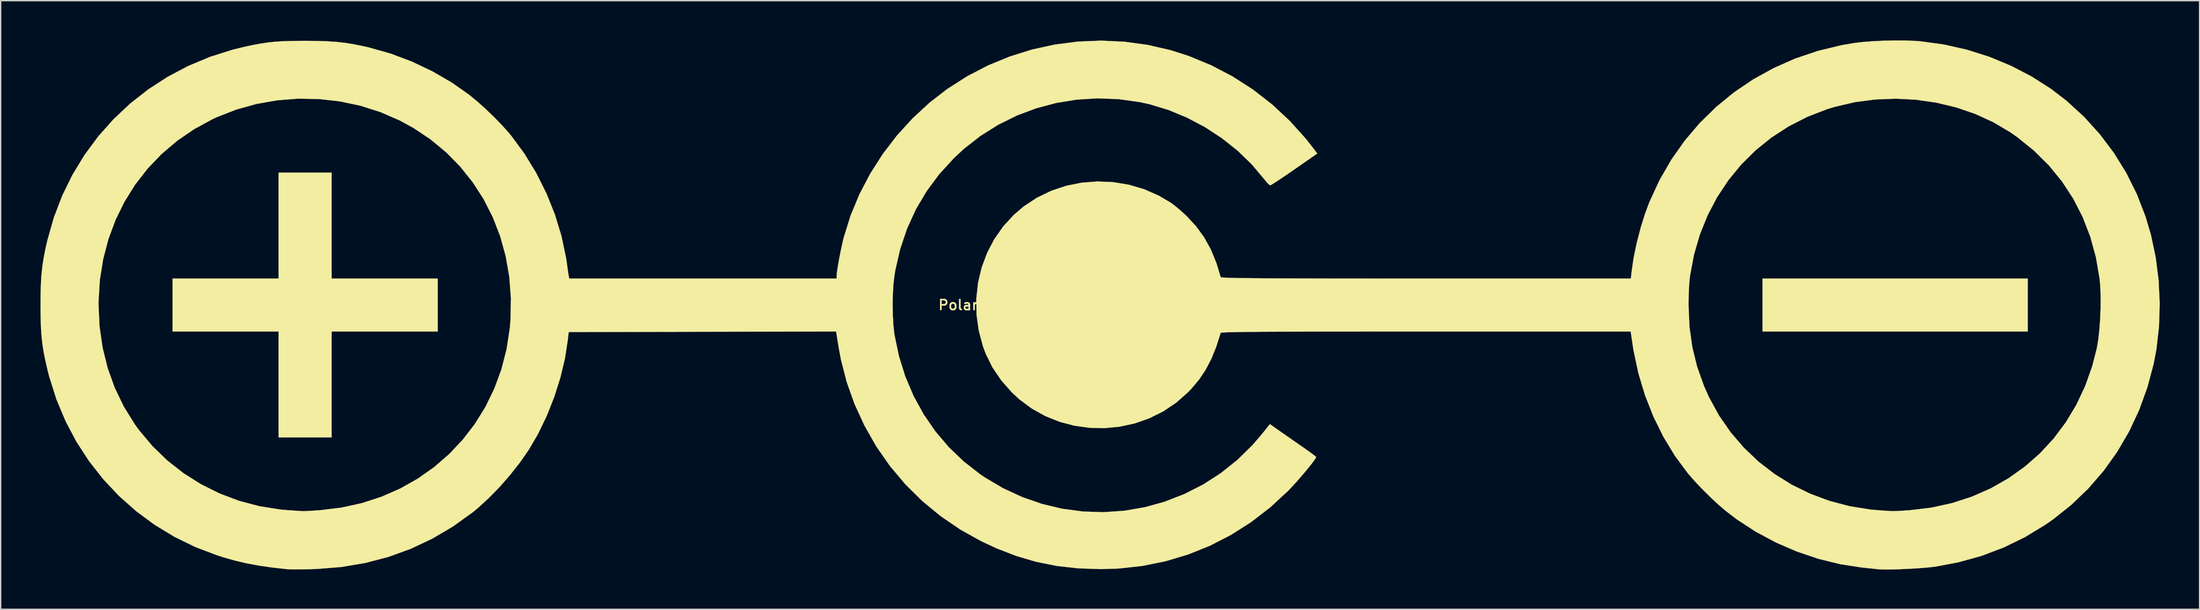
<source format=kicad_pcb>
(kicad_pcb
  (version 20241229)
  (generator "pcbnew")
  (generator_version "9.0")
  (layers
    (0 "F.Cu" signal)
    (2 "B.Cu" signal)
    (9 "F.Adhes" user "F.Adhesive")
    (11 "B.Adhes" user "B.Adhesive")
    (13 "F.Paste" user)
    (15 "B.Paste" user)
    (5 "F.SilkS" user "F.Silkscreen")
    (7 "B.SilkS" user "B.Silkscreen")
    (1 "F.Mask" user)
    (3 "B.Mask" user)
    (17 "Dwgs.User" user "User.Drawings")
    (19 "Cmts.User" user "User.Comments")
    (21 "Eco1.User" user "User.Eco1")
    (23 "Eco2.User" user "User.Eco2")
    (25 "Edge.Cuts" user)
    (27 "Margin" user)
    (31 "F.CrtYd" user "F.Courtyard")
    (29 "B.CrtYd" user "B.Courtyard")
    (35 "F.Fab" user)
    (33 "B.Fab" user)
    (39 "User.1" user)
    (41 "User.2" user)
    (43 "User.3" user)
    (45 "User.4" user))
  (footprint "Polarity_Center_Negative_40mm_SilkScreen"
    (layer "F.Cu")
    (at 79.825 19.976)
    (property "Reference" "Polarity_Center_Negative_40mm_SilkScreen" (at 0 0 0) (layer "F.SilkS") (effects (font (size 0.75 0.75) (thickness 0.125))))
    (attr exclude_from_pos_files exclude_from_bom allow_missing_courtyard)
    (fp_poly (pts (xy 69.954 1.999) (xy 49.967 1.999) (xy 49.967 -1.999) (xy 69.954 -1.999) (xy 69.954 1.999)) (stroke (width 0.01) (type solid)) (fill yes) (layer "F.SilkS"))
    (fp_poly (pts (xy -57.879 -1.999) (xy -49.884 -1.999) (xy -49.884 1.999) (xy -57.879 1.999) (xy -57.879 9.993) (xy -61.876 9.993) (xy -61.876 1.999) (xy -69.871 1.999) (xy -69.871 -1.999) (xy -61.876 -1.999) (xy -61.876 -9.993) (xy -57.879 -9.993) (xy -57.879 -1.999)) (stroke (width 0.01) (type solid)) (fill yes) (layer "F.SilkS"))
    (fp_poly (pts (xy 60.765 -19.966) (xy 61.488 -19.938) (xy 61.84 -19.912) (xy 63.617 -19.67) (xy 65.36 -19.277) (xy 67.055 -18.739) (xy 68.687 -18.063) (xy 70.242 -17.254) (xy 71.704 -16.319) (xy 72.869 -15.424) (xy 74.188 -14.215) (xy 75.383 -12.897) (xy 76.449 -11.479) (xy 77.381 -9.969) (xy 78.174 -8.374) (xy 78.822 -6.703) (xy 79.241 -5.288) (xy 79.597 -3.601) (xy 79.817 -1.867) (xy 79.9 -0.116) (xy 79.846 1.623) (xy 79.654 3.32) (xy 79.442 4.446) (xy 78.966 6.226) (xy 78.347 7.929) (xy 77.59 9.548) (xy 76.697 11.078) (xy 75.674 12.513) (xy 74.524 13.845) (xy 73.252 15.07) (xy 71.862 16.18) (xy 71.275 16.589) (xy 69.74 17.522) (xy 68.137 18.304) (xy 66.464 18.937) (xy 64.716 19.422) (xy 63.018 19.742) (xy 62.591 19.794) (xy 62.064 19.842) (xy 61.472 19.885) (xy 60.85 19.919) (xy 60.234 19.945) (xy 59.66 19.96) (xy 59.161 19.963) (xy 58.775 19.951) (xy 58.628 19.94) (xy 58.421 19.917) (xy 58.1 19.882) (xy 57.715 19.841) (xy 57.462 19.815) (xy 55.817 19.563) (xy 54.169 19.156) (xy 52.542 18.605) (xy 50.961 17.919) (xy 49.449 17.108) (xy 48.03 16.182) (xy 47.177 15.53) (xy 46.634 15.063) (xy 46.039 14.508) (xy 45.437 13.911) (xy 44.873 13.316) (xy 44.393 12.769) (xy 44.336 12.7) (xy 43.364 11.386) (xy 42.497 9.956) (xy 41.744 8.429) (xy 41.112 6.825) (xy 40.611 5.163) (xy 40.248 3.463) (xy 40.178 3.019) (xy 40.028 1.999) (xy 24.592 1.999) (xy 22.641 1.999) (xy 20.851 2) (xy 19.215 2.001) (xy 17.728 2.002) (xy 16.384 2.004) (xy 15.175 2.007) (xy 14.098 2.011) (xy 13.144 2.015) (xy 12.309 2.019) (xy 11.587 2.025) (xy 10.97 2.031) (xy 10.454 2.038) (xy 10.032 2.046) (xy 9.699 2.055) (xy 9.447 2.065) (xy 9.272 2.076) (xy 9.167 2.088) (xy 9.126 2.101) (xy 9.126 2.103) (xy 8.79 3.155) (xy 8.418 4.072) (xy 7.995 4.884) (xy 7.504 5.619) (xy 6.927 6.309) (xy 6.666 6.582) (xy 5.77 7.373) (xy 4.794 8.028) (xy 3.752 8.548) (xy 2.66 8.932) (xy 1.533 9.18) (xy 0.387 9.292) (xy -0.765 9.268) (xy -1.905 9.108) (xy -3.02 8.813) (xy -4.094 8.381) (xy -5.111 7.814) (xy -6.057 7.111) (xy -6.606 6.601) (xy -7.414 5.684) (xy -8.069 4.717) (xy -8.578 3.686) (xy -8.786 3.13) (xy -9.108 1.928) (xy -9.275 0.716) (xy -9.284 0.029) (xy 44.388 0.029) (xy 44.458 1.64) (xy 44.673 3.178) (xy 45.036 4.662) (xy 45.551 6.108) (xy 45.928 6.954) (xy 46.679 8.329) (xy 47.558 9.602) (xy 48.555 10.768) (xy 49.661 11.82) (xy 50.869 12.754) (xy 52.169 13.564) (xy 53.553 14.243) (xy 55.011 14.786) (xy 56.535 15.187) (xy 58.116 15.441) (xy 59.045 15.517) (xy 59.345 15.534) (xy 59.607 15.55) (xy 59.711 15.557) (xy 59.869 15.557) (xy 60.156 15.545) (xy 60.533 15.524) (xy 60.962 15.496) (xy 61.058 15.49) (xy 62.692 15.293) (xy 64.261 14.948) (xy 65.757 14.459) (xy 67.173 13.834) (xy 68.503 13.077) (xy 69.739 12.195) (xy 70.876 11.194) (xy 71.905 10.079) (xy 72.821 8.857) (xy 73.616 7.533) (xy 74.284 6.113) (xy 74.818 4.603) (xy 75.163 3.248) (xy 75.268 2.623) (xy 75.352 1.879) (xy 75.411 1.062) (xy 75.444 0.22) (xy 75.449 -0.602) (xy 75.424 -1.358) (xy 75.371 -1.976) (xy 75.092 -3.607) (xy 74.666 -5.162) (xy 74.096 -6.637) (xy 73.384 -8.028) (xy 72.533 -9.331) (xy 71.546 -10.541) (xy 70.425 -11.654) (xy 69.174 -12.667) (xy 68.622 -13.052) (xy 67.348 -13.806) (xy 65.985 -14.43) (xy 64.551 -14.921) (xy 63.062 -15.277) (xy 61.536 -15.497) (xy 59.991 -15.577) (xy 58.442 -15.516) (xy 56.908 -15.311) (xy 55.405 -14.961) (xy 54.797 -14.774) (xy 53.318 -14.197) (xy 51.928 -13.484) (xy 50.634 -12.643) (xy 49.443 -11.681) (xy 48.361 -10.607) (xy 47.394 -9.427) (xy 46.548 -8.149) (xy 45.83 -6.782) (xy 45.245 -5.333) (xy 44.801 -3.811) (xy 44.504 -2.221) (xy 44.475 -2.001) (xy 44.444 -1.659) (xy 44.417 -1.202) (xy 44.398 -0.681) (xy 44.388 -0.15) (xy 44.388 0.029) (xy -9.284 0.029) (xy -9.291 -0.49) (xy -9.161 -1.676) (xy -8.889 -2.828) (xy -8.479 -3.932) (xy -7.935 -4.973) (xy -7.261 -5.937) (xy -6.461 -6.81) (xy -5.721 -7.442) (xy -4.72 -8.103) (xy -3.648 -8.622) (xy -2.521 -9) (xy -1.356 -9.235) (xy -0.169 -9.328) (xy 1.022 -9.277) (xy 2.201 -9.082) (xy 3.351 -8.744) (xy 4.455 -8.261) (xy 5.371 -7.719) (xy 5.646 -7.515) (xy 5.987 -7.235) (xy 6.341 -6.921) (xy 6.558 -6.717) (xy 7.278 -5.938) (xy 7.883 -5.103) (xy 8.388 -4.187) (xy 8.807 -3.163) (xy 9.128 -2.103) (xy 9.161 -2.09) (xy 9.258 -2.078) (xy 9.424 -2.067) (xy 9.666 -2.057) (xy 9.989 -2.047) (xy 10.4 -2.039) (xy 10.904 -2.032) (xy 11.507 -2.026) (xy 12.217 -2.02) (xy 13.037 -2.015) (xy 13.976 -2.011) (xy 15.038 -2.008) (xy 16.23 -2.005) (xy 17.557 -2.002) (xy 19.026 -2.001) (xy 20.643 -2) (xy 22.414 -1.999) (xy 24.344 -1.999) (xy 24.598 -1.999) (xy 40.041 -1.999) (xy 40.098 -2.519) (xy 40.25 -3.564) (xy 40.482 -4.685) (xy 40.776 -5.822) (xy 41.118 -6.916) (xy 41.44 -7.779) (xy 42.197 -9.42) (xy 43.086 -10.964) (xy 44.1 -12.406) (xy 45.233 -13.74) (xy 46.477 -14.96) (xy 47.826 -16.063) (xy 49.273 -17.041) (xy 50.81 -17.891) (xy 52.431 -18.606) (xy 54.129 -19.181) (xy 55.898 -19.611) (xy 56.91 -19.785) (xy 57.548 -19.86) (xy 58.302 -19.916) (xy 59.122 -19.954) (xy 59.96 -19.971) (xy 60.765 -19.966)) (stroke (width 0.01) (type solid)) (fill yes) (layer "F.SilkS"))
    (fp_poly (pts (xy 1.883 -19.876) (xy 3.626 -19.637) (xy 5.346 -19.24) (xy 6.704 -18.806) (xy 8.399 -18.105) (xy 10.017 -17.259) (xy 11.549 -16.273) (xy 12.989 -15.154) (xy 14.327 -13.907) (xy 15.556 -12.538) (xy 16.183 -11.735) (xy 16.405 -11.437) (xy 14.68 -10.236) (xy 14.205 -9.908) (xy 13.772 -9.614) (xy 13.402 -9.368) (xy 13.112 -9.181) (xy 12.923 -9.066) (xy 12.858 -9.036) (xy 12.762 -9.098) (xy 12.604 -9.261) (xy 12.422 -9.485) (xy 11.476 -10.611) (xy 10.4 -11.653) (xy 9.213 -12.597) (xy 7.935 -13.433) (xy 6.588 -14.146) (xy 5.189 -14.726) (xy 3.76 -15.16) (xy 3.031 -15.32) (xy 1.437 -15.542) (xy -0.152 -15.602) (xy -1.727 -15.505) (xy -3.274 -15.254) (xy -4.784 -14.851) (xy -6.244 -14.301) (xy -7.643 -13.607) (xy -8.97 -12.773) (xy -10.214 -11.801) (xy -10.994 -11.076) (xy -12.092 -9.871) (xy -13.043 -8.586) (xy -13.849 -7.22) (xy -14.509 -5.774) (xy -15.024 -4.247) (xy -15.394 -2.639) (xy -15.459 -2.248) (xy -15.535 -1.607) (xy -15.58 -0.856) (xy -15.597 -0.049) (xy -15.584 0.761) (xy -15.542 1.519) (xy -15.471 2.173) (xy -15.461 2.237) (xy -15.127 3.845) (xy -14.647 5.386) (xy -14.025 6.854) (xy -13.267 8.24) (xy -12.379 9.535) (xy -11.364 10.73) (xy -10.23 11.818) (xy -8.981 12.79) (xy -8.661 13.007) (xy -7.272 13.829) (xy -5.825 14.499) (xy -4.332 15.017) (xy -2.805 15.38) (xy -1.253 15.587) (xy 0.311 15.637) (xy 1.877 15.527) (xy 3.433 15.257) (xy 4.867 14.859) (xy 6.375 14.275) (xy 7.805 13.547) (xy 9.147 12.681) (xy 10.393 11.684) (xy 11.533 10.562) (xy 12.219 9.761) (xy 12.838 8.988) (xy 13.227 9.266) (xy 13.419 9.402) (xy 13.719 9.612) (xy 14.097 9.876) (xy 14.524 10.173) (xy 14.969 10.483) (xy 15.384 10.772) (xy 15.747 11.031) (xy 16.038 11.243) (xy 16.236 11.394) (xy 16.321 11.469) (xy 16.323 11.472) (xy 16.269 11.585) (xy 16.122 11.798) (xy 15.9 12.089) (xy 15.622 12.434) (xy 15.306 12.811) (xy 14.971 13.197) (xy 14.637 13.571) (xy 14.321 13.908) (xy 14.203 14.03) (xy 12.853 15.279) (xy 11.419 16.387) (xy 9.908 17.349) (xy 8.326 18.164) (xy 6.68 18.828) (xy 4.975 19.34) (xy 3.219 19.695) (xy 1.417 19.893) (xy 0.083 19.935) (xy -1.614 19.876) (xy -3.22 19.696) (xy -4.764 19.388) (xy -6.275 18.944) (xy -7.784 18.359) (xy -8.931 17.822) (xy -10.511 16.94) (xy -11.996 15.924) (xy -13.378 14.782) (xy -14.649 13.52) (xy -15.803 12.147) (xy -16.83 10.671) (xy -17.724 9.099) (xy -18.473 7.464) (xy -19.062 5.804) (xy -19.499 4.1) (xy -19.672 3.16) (xy -19.859 1.998) (xy -29.937 2.019) (xy -40.015 2.04) (xy -40.078 2.623) (xy -40.296 4.035) (xy -40.644 5.491) (xy -41.107 6.952) (xy -41.672 8.378) (xy -42.324 9.731) (xy -43.011 10.91) (xy -43.658 11.845) (xy -44.399 12.791) (xy -45.2 13.711) (xy -46.029 14.566) (xy -46.851 15.319) (xy -47.243 15.642) (xy -48.735 16.715) (xy -50.292 17.634) (xy -51.914 18.4) (xy -53.599 19.013) (xy -55.348 19.471) (xy -57.16 19.776) (xy -59.036 19.926) (xy -59.419 19.938) (xy -59.928 19.947) (xy -60.402 19.951) (xy -60.807 19.951) (xy -61.108 19.946) (xy -61.251 19.938) (xy -62.381 19.811) (xy -63.385 19.666) (xy -64.307 19.493) (xy -65.188 19.285) (xy -66.069 19.033) (xy -66.498 18.896) (xy -68.157 18.266) (xy -69.735 17.493) (xy -71.225 16.587) (xy -72.621 15.554) (xy -73.916 14.402) (xy -75.102 13.138) (xy -76.172 11.77) (xy -77.121 10.306) (xy -77.94 8.752) (xy -78.623 7.118) (xy -79.163 5.409) (xy -79.273 4.979) (xy -79.445 4.243) (xy -79.578 3.582) (xy -79.677 2.956) (xy -79.746 2.325) (xy -79.79 1.649) (xy -79.813 0.887) (xy -79.82 0) (xy -79.82 -0.042) (xy -75.45 -0.042) (xy -75.373 1.613) (xy -75.142 3.216) (xy -74.76 4.761) (xy -74.23 6.242) (xy -73.552 7.651) (xy -72.73 8.981) (xy -72.379 9.466) (xy -71.372 10.665) (xy -70.252 11.747) (xy -69.03 12.705) (xy -67.718 13.533) (xy -66.327 14.225) (xy -64.868 14.777) (xy -63.352 15.18) (xy -61.789 15.431) (xy -61.168 15.486) (xy -60.779 15.513) (xy -60.438 15.536) (xy -60.189 15.553) (xy -60.086 15.56) (xy -59.944 15.559) (xy -59.672 15.546) (xy -59.306 15.525) (xy -58.881 15.497) (xy -58.758 15.488) (xy -57.139 15.292) (xy -55.584 14.949) (xy -54.1 14.463) (xy -52.694 13.843) (xy -51.373 13.095) (xy -50.145 12.227) (xy -49.014 11.244) (xy -47.99 10.155) (xy -47.078 8.966) (xy -46.286 7.683) (xy -45.621 6.315) (xy -45.089 4.868) (xy -44.697 3.348) (xy -44.453 1.763) (xy -44.399 1.124) (xy -44.368 -0.525) (xy -44.49 -2.133) (xy -44.762 -3.691) (xy -45.177 -5.192) (xy -45.732 -6.626) (xy -46.422 -7.986) (xy -47.243 -9.264) (xy -48.19 -10.45) (xy -49.257 -11.537) (xy -50.442 -12.517) (xy -51.739 -13.382) (xy -52.759 -13.938) (xy -54.208 -14.567) (xy -55.714 -15.046) (xy -57.261 -15.374) (xy -58.834 -15.551) (xy -60.417 -15.578) (xy -61.996 -15.453) (xy -63.554 -15.178) (xy -65.078 -14.752) (xy -66.551 -14.174) (xy -66.854 -14.033) (xy -68.242 -13.277) (xy -69.524 -12.398) (xy -70.695 -11.402) (xy -71.75 -10.299) (xy -72.683 -9.097) (xy -73.49 -7.804) (xy -74.165 -6.427) (xy -74.704 -4.977) (xy -75.101 -3.459) (xy -75.351 -1.884) (xy -75.449 -0.259) (xy -75.45 -0.042) (xy -79.82 -0.042) (xy -79.813 -0.886) (xy -79.79 -1.647) (xy -79.746 -2.323) (xy -79.678 -2.955) (xy -79.58 -3.582) (xy -79.449 -4.247) (xy -79.308 -4.872) (xy -78.817 -6.606) (xy -78.181 -8.266) (xy -77.407 -9.845) (xy -76.5 -11.335) (xy -75.469 -12.731) (xy -74.32 -14.025) (xy -73.06 -15.211) (xy -71.696 -16.281) (xy -70.235 -17.23) (xy -68.683 -18.049) (xy -67.047 -18.734) (xy -65.335 -19.276) (xy -64.541 -19.471) (xy -63.857 -19.619) (xy -63.251 -19.734) (xy -62.685 -19.819) (xy -62.118 -19.878) (xy -61.511 -19.916) (xy -60.826 -19.936) (xy -60.021 -19.943) (xy -59.836 -19.943) (xy -58.944 -19.935) (xy -58.176 -19.909) (xy -57.492 -19.862) (xy -56.849 -19.789) (xy -56.206 -19.684) (xy -55.521 -19.545) (xy -55.052 -19.438) (xy -53.426 -18.978) (xy -51.825 -18.373) (xy -50.278 -17.637) (xy -48.814 -16.785) (xy -47.54 -15.889) (xy -46.934 -15.393) (xy -46.281 -14.808) (xy -45.626 -14.177) (xy -45.011 -13.541) (xy -44.479 -12.943) (xy -44.348 -12.783) (xy -43.347 -11.423) (xy -42.457 -9.962) (xy -41.689 -8.423) (xy -41.052 -6.831) (xy -40.558 -5.208) (xy -40.214 -3.577) (xy -40.141 -3.081) (xy -40.094 -2.732) (xy -40.049 -2.428) (xy -40.016 -2.221) (xy -40.009 -2.186) (xy -39.971 -1.999) (xy -19.82 -1.999) (xy -19.82 -2.196) (xy -19.803 -2.411) (xy -19.755 -2.752) (xy -19.683 -3.18) (xy -19.595 -3.66) (xy -19.497 -4.155) (xy -19.396 -4.626) (xy -19.298 -5.039) (xy -19.279 -5.112) (xy -18.767 -6.757) (xy -18.101 -8.363) (xy -17.289 -9.914) (xy -16.343 -11.397) (xy -15.272 -12.798) (xy -14.085 -14.101) (xy -12.794 -15.293) (xy -11.488 -16.304) (xy -9.981 -17.269) (xy -8.404 -18.089) (xy -6.768 -18.762) (xy -5.086 -19.288) (xy -3.367 -19.664) (xy -1.626 -19.888) (xy 0.128 -19.959) (xy 1.883 -19.876)) (stroke (width 0.01) (type solid)) (fill yes) (layer "F.SilkS")))
  (gr_rect
    (start -3 -3)
    (end 162.73 42.943)
    (stroke (width 0.1) (type default))
    (fill no)
    (layer "Edge.Cuts")))
</source>
